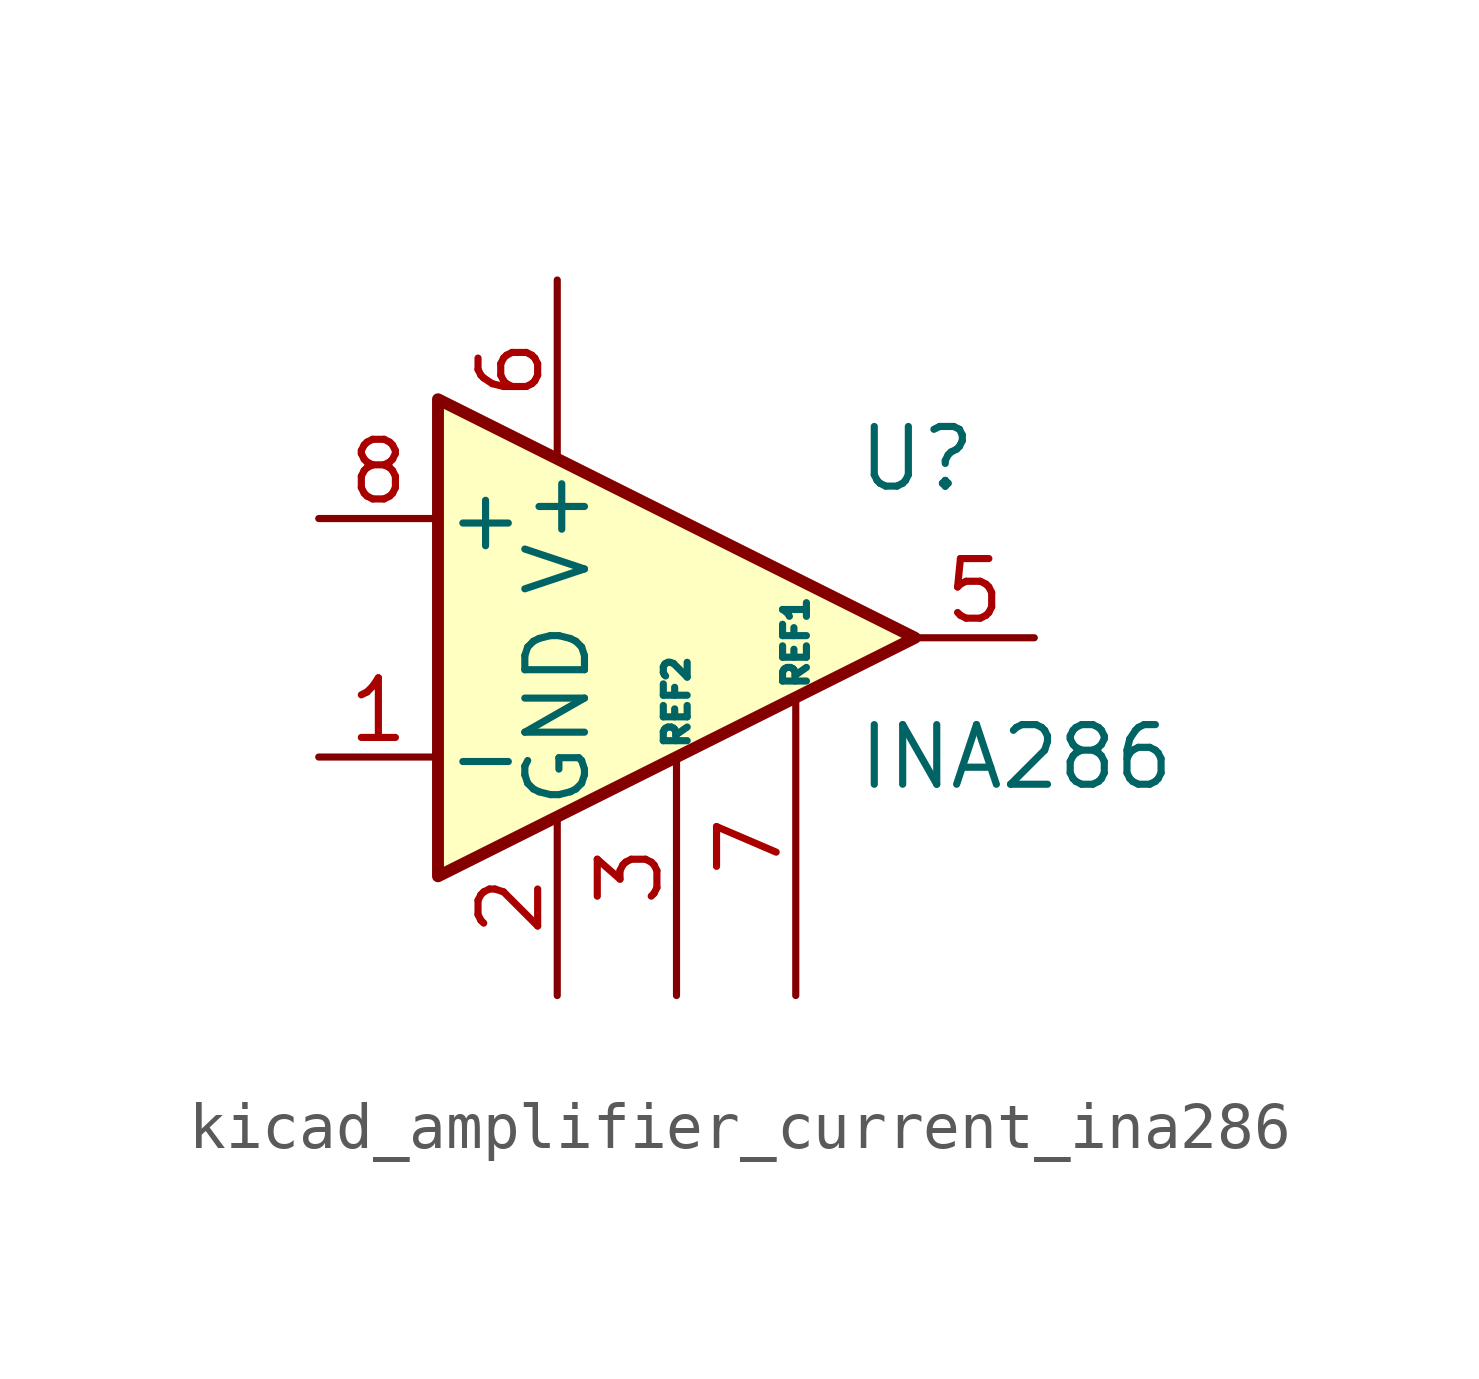
<source format=kicad_sym>
(kicad_symbol_lib
  (version 20220914)
  (generator kicad_symbol_editor)
  (symbol "kicad_amplifier_current_ina286"
    (pin_names
      (offset 0.127))
    (property "Reference" "U"
      (at 3.81 3.81 0)
      (effects (font (size 1.27 1.27)) (justify left)))
    (property "Value" "INA286"
      (at 3.81 -2.54 0)
      (effects (font (size 1.27 1.27)) (justify left)))
    (symbol "kicad_amplifier_current_ina286_0_1"
      (polyline (pts (xy 5.08 0) (xy -5.08 5.08) (xy -5.08 -5.08) (xy 5.08 0)) (stroke (width 0.254) (type default)) (fill (type background))))
    (symbol "kicad_amplifier_current_ina286_1_1"
      (pin input line (at -7.62 -2.54 0) (length 2.54) (name "-" (effects (font (size 1.27 1.27)))) (number "1" (effects (font (size 1.27 1.27)))))
      (pin power_in line (at -2.54 -7.62 90) (length 3.81) (name "GND" (effects (font (size 1.27 1.27)))) (number "2" (effects (font (size 1.27 1.27)))))
      (pin input line (at 0 -7.62 90) (length 5.08) (name "REF2" (effects (font (size 0.508 0.508)))) (number "3" (effects (font (size 1.27 1.27)))))
      (pin no_connect line (at -5.08 0 0) (length 2.54) hide (name "NC" (effects (font (size 1.27 1.27)))) (number "4" (effects (font (size 1.27 1.27)))))
      (pin output line (at 7.62 0 180) (length 2.54) (name "~" (effects (font (size 1.27 1.27)))) (number "5" (effects (font (size 1.27 1.27)))))
      (pin input line (at -2.54 7.62 270) (length 3.81) (name "V+" (effects (font (size 1.27 1.27)))) (number "6" (effects (font (size 1.27 1.27)))))
      (pin input line (at 2.54 -7.62 90) (length 6.35) (name "REF1" (effects (font (size 0.508 0.508)))) (number "7" (effects (font (size 1.27 1.27)))))
      (pin input line (at -7.62 2.54 0) (length 2.54) (name "+" (effects (font (size 1.27 1.27)))) (number "8" (effects (font (size 1.27 1.27))))))))
</source>
